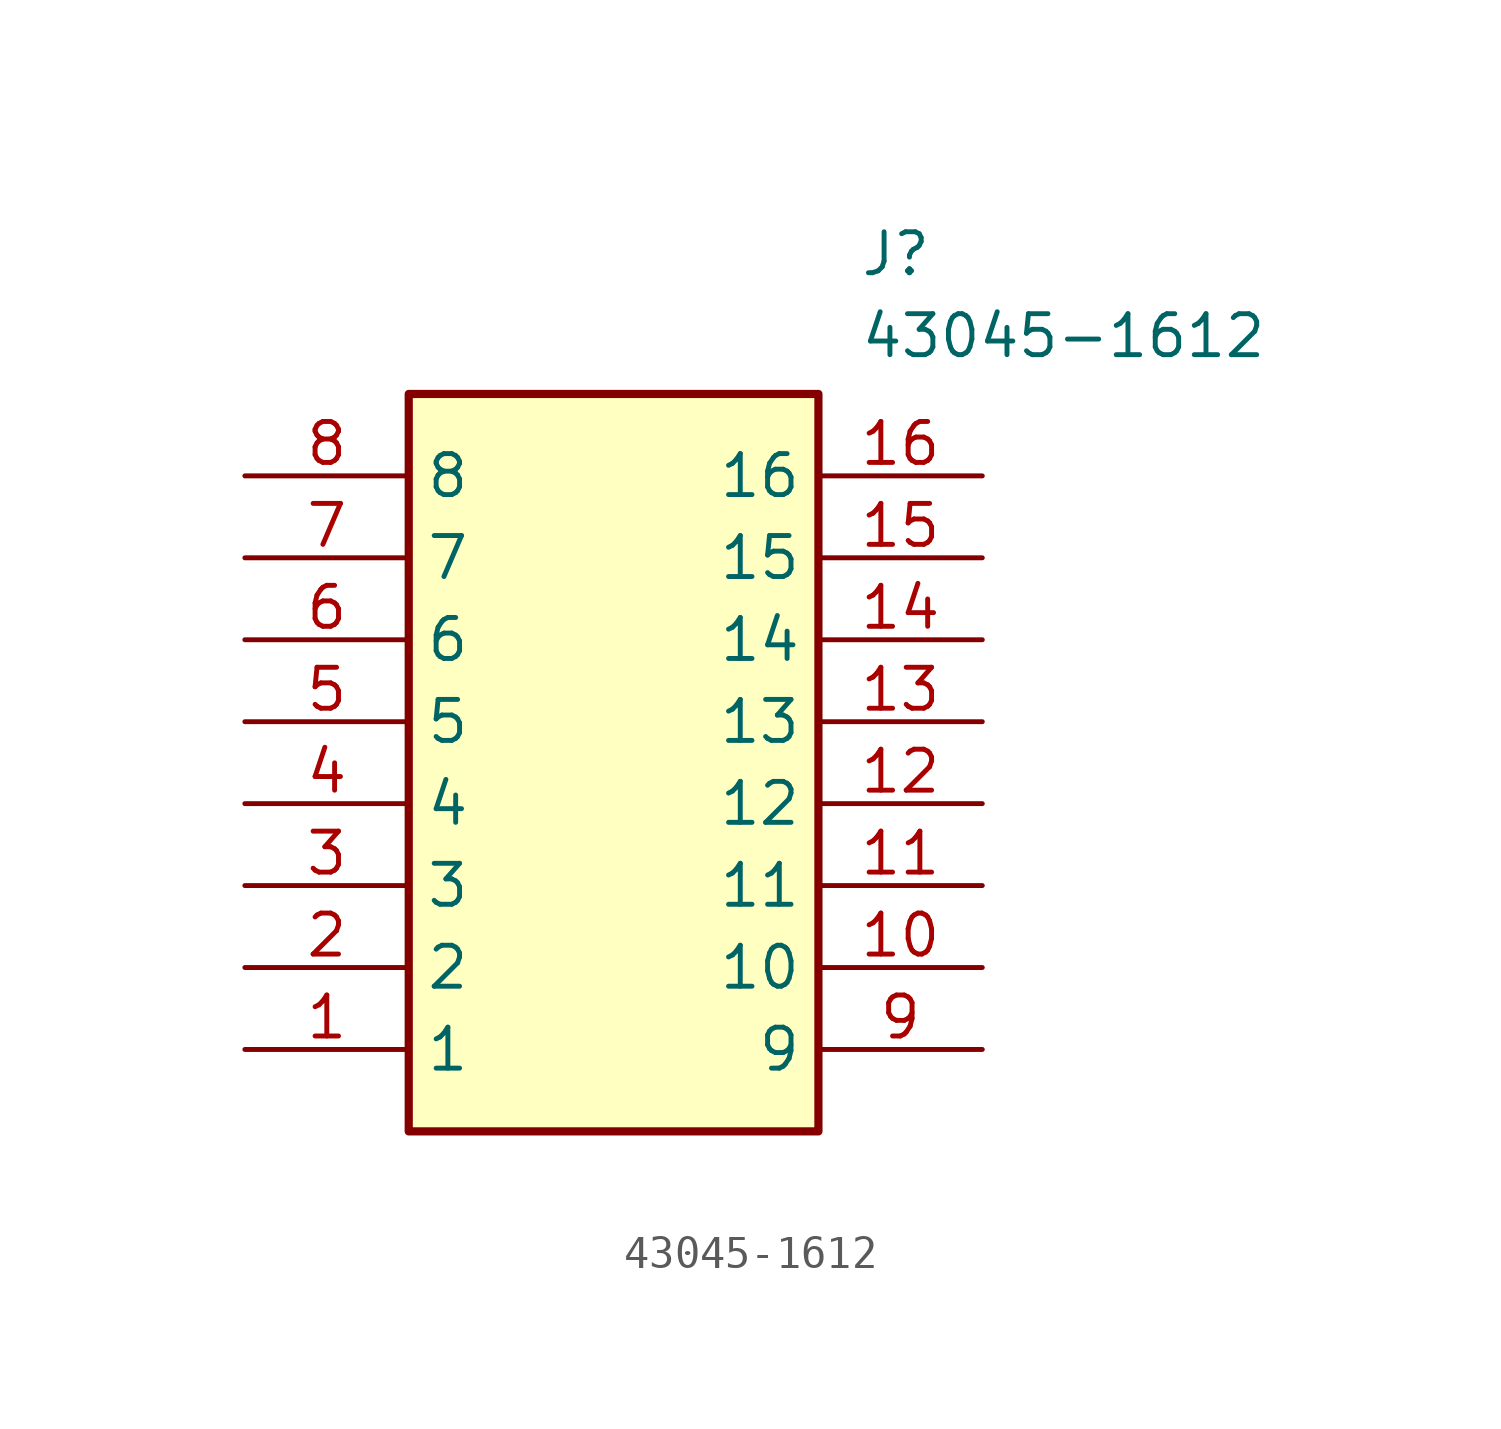
<source format=kicad_sym>
(kicad_symbol_lib
  (version 20211014)
  (generator SamacSys_ECAD_Model)
  (symbol "43045-1612"
    (property "Reference" "J"
      (at 19.05 7.62 0)
      (effects (font (size 1.27 1.27)) (justify left top)))
    (property "Value" "43045-1612"
      (at 19.05 5.08 0)
      (effects (font (size 1.27 1.27)) (justify left top)))
    (rectangle
      (start 5.08 2.54)
      (end 17.78 -20.32)
      (stroke (width 0.254) (type default))
      (fill (type background)))
    (pin passive line
      (at 0 -17.78 0)
      (length 5.08)
      (name "1" (effects (font (size 1.27 1.27))))
      (number "1" (effects (font (size 1.27 1.27)))))
    (pin passive line
      (at 0 -15.24 0)
      (length 5.08)
      (name "2" (effects (font (size 1.27 1.27))))
      (number "2" (effects (font (size 1.27 1.27)))))
    (pin passive line
      (at 0 -12.7 0)
      (length 5.08)
      (name "3" (effects (font (size 1.27 1.27))))
      (number "3" (effects (font (size 1.27 1.27)))))
    (pin passive line
      (at 0 -10.16 0)
      (length 5.08)
      (name "4" (effects (font (size 1.27 1.27))))
      (number "4" (effects (font (size 1.27 1.27)))))
    (pin passive line
      (at 0 -7.62 0)
      (length 5.08)
      (name "5" (effects (font (size 1.27 1.27))))
      (number "5" (effects (font (size 1.27 1.27)))))
    (pin passive line
      (at 0 -5.08 0)
      (length 5.08)
      (name "6" (effects (font (size 1.27 1.27))))
      (number "6" (effects (font (size 1.27 1.27)))))
    (pin passive line
      (at 0 -2.54 0)
      (length 5.08)
      (name "7" (effects (font (size 1.27 1.27))))
      (number "7" (effects (font (size 1.27 1.27)))))
    (pin passive line
      (at 0 0 0)
      (length 5.08)
      (name "8" (effects (font (size 1.27 1.27))))
      (number "8" (effects (font (size 1.27 1.27)))))
    (pin passive line
      (at 22.86 -17.78 180)
      (length 5.08)
      (name "9" (effects (font (size 1.27 1.27))))
      (number "9" (effects (font (size 1.27 1.27)))))
    (pin passive line
      (at 22.86 -15.24 180)
      (length 5.08)
      (name "10" (effects (font (size 1.27 1.27))))
      (number "10" (effects (font (size 1.27 1.27)))))
    (pin passive line
      (at 22.86 -12.7 180)
      (length 5.08)
      (name "11" (effects (font (size 1.27 1.27))))
      (number "11" (effects (font (size 1.27 1.27)))))
    (pin passive line
      (at 22.86 -10.16 180)
      (length 5.08)
      (name "12" (effects (font (size 1.27 1.27))))
      (number "12" (effects (font (size 1.27 1.27)))))
    (pin passive line
      (at 22.86 -7.62 180)
      (length 5.08)
      (name "13" (effects (font (size 1.27 1.27))))
      (number "13" (effects (font (size 1.27 1.27)))))
    (pin passive line
      (at 22.86 -5.08 180)
      (length 5.08)
      (name "14" (effects (font (size 1.27 1.27))))
      (number "14" (effects (font (size 1.27 1.27)))))
    (pin passive line
      (at 22.86 -2.54 180)
      (length 5.08)
      (name "15" (effects (font (size 1.27 1.27))))
      (number "15" (effects (font (size 1.27 1.27)))))
    (pin passive line
      (at 22.86 0 180)
      (length 5.08)
      (name "16" (effects (font (size 1.27 1.27))))
      (number "16" (effects (font (size 1.27 1.27)))))))
</source>
